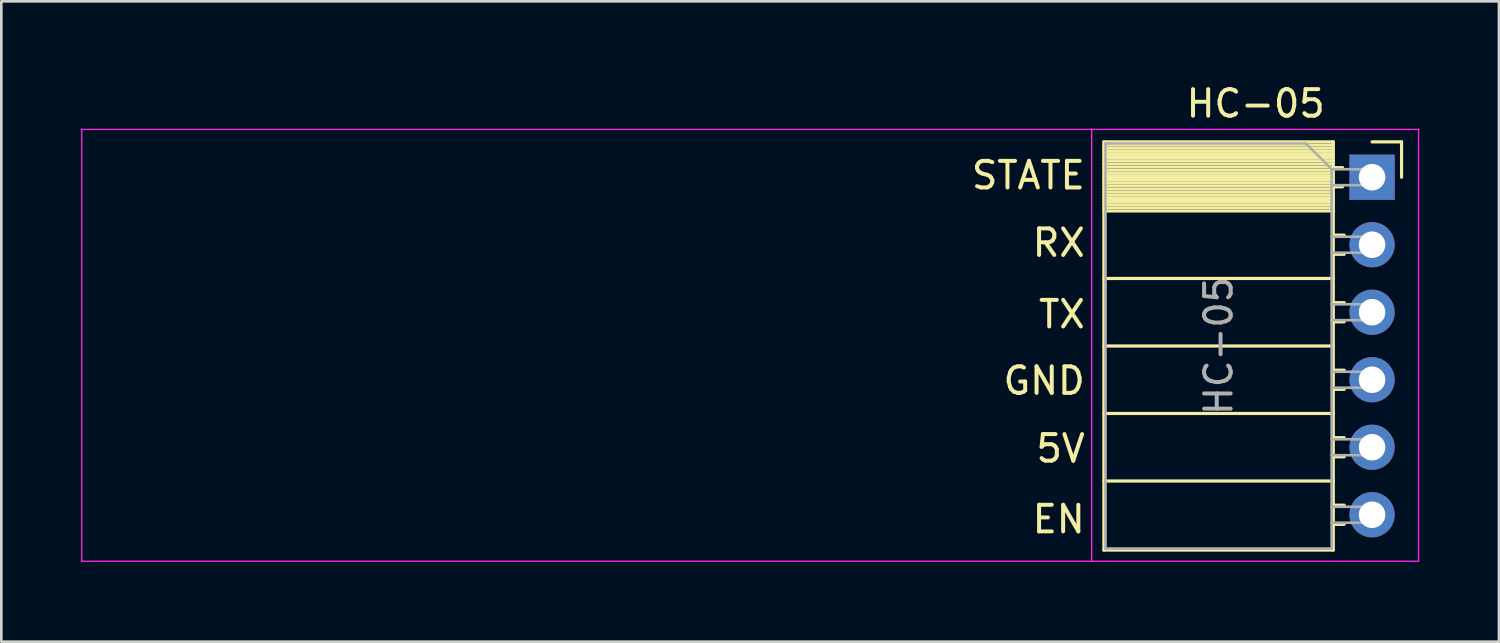
<source format=kicad_pcb>
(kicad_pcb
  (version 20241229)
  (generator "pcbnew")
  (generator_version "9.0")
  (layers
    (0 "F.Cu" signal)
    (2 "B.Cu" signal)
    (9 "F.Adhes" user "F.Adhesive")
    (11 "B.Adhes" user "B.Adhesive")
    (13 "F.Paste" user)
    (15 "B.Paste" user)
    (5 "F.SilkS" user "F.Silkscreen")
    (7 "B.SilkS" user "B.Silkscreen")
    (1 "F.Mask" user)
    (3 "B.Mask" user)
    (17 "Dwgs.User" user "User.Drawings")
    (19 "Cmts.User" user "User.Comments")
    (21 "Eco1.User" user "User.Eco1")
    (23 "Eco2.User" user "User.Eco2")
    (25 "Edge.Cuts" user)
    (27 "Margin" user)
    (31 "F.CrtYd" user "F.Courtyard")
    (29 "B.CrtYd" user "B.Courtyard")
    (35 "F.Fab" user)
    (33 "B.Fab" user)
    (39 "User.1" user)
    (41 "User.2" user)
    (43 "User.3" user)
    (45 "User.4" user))
  (footprint "HC-05"
    (layer "F.Cu")
    (at 48.575 3.618)
    (property "Reference" "HC-05" (at -4.38 -2.77 0) (layer "F.SilkS") (effects (font (size 1 1) (thickness 0.15))))
    (attr through_hole)
    (fp_line (start -10.09 -1.33) (end -10.09 14.03) (stroke (width 0.12) (type solid)) (layer "F.SilkS"))
    (fp_line (start -10.09 -1.33) (end -1.46 -1.33) (stroke (width 0.12) (type solid)) (layer "F.SilkS"))
    (fp_line (start -10.09 -1.21) (end -1.46 -1.21) (stroke (width 0.12) (type solid)) (layer "F.SilkS"))
    (fp_line (start -10.09 -1.092) (end -1.46 -1.092) (stroke (width 0.12) (type solid)) (layer "F.SilkS"))
    (fp_line (start -10.09 -0.974) (end -1.46 -0.974) (stroke (width 0.12) (type solid)) (layer "F.SilkS"))
    (fp_line (start -10.09 -0.856) (end -1.46 -0.856) (stroke (width 0.12) (type solid)) (layer "F.SilkS"))
    (fp_line (start -10.09 -0.738) (end -1.46 -0.738) (stroke (width 0.12) (type solid)) (layer "F.SilkS"))
    (fp_line (start -10.09 -0.62) (end -1.46 -0.62) (stroke (width 0.12) (type solid)) (layer "F.SilkS"))
    (fp_line (start -10.09 -0.501) (end -1.46 -0.501) (stroke (width 0.12) (type solid)) (layer "F.SilkS"))
    (fp_line (start -10.09 -0.383) (end -1.46 -0.383) (stroke (width 0.12) (type solid)) (layer "F.SilkS"))
    (fp_line (start -10.09 -0.265) (end -1.46 -0.265) (stroke (width 0.12) (type solid)) (layer "F.SilkS"))
    (fp_line (start -10.09 -0.147) (end -1.46 -0.147) (stroke (width 0.12) (type solid)) (layer "F.SilkS"))
    (fp_line (start -10.09 -0.029) (end -1.46 -0.029) (stroke (width 0.12) (type solid)) (layer "F.SilkS"))
    (fp_line (start -10.09 0.089) (end -1.46 0.089) (stroke (width 0.12) (type solid)) (layer "F.SilkS"))
    (fp_line (start -10.09 0.207) (end -1.46 0.207) (stroke (width 0.12) (type solid)) (layer "F.SilkS"))
    (fp_line (start -10.09 0.325) (end -1.46 0.325) (stroke (width 0.12) (type solid)) (layer "F.SilkS"))
    (fp_line (start -10.09 0.443) (end -1.46 0.443) (stroke (width 0.12) (type solid)) (layer "F.SilkS"))
    (fp_line (start -10.09 0.561) (end -1.46 0.561) (stroke (width 0.12) (type solid)) (layer "F.SilkS"))
    (fp_line (start -10.09 0.68) (end -1.46 0.68) (stroke (width 0.12) (type solid)) (layer "F.SilkS"))
    (fp_line (start -10.09 0.798) (end -1.46 0.798) (stroke (width 0.12) (type solid)) (layer "F.SilkS"))
    (fp_line (start -10.09 0.916) (end -1.46 0.916) (stroke (width 0.12) (type solid)) (layer "F.SilkS"))
    (fp_line (start -10.09 1.034) (end -1.46 1.034) (stroke (width 0.12) (type solid)) (layer "F.SilkS"))
    (fp_line (start -10.09 1.152) (end -1.46 1.152) (stroke (width 0.12) (type solid)) (layer "F.SilkS"))
    (fp_line (start -10.09 1.27) (end -1.46 1.27) (stroke (width 0.12) (type solid)) (layer "F.SilkS"))
    (fp_line (start -10.09 3.81) (end -1.46 3.81) (stroke (width 0.12) (type solid)) (layer "F.SilkS"))
    (fp_line (start -10.09 6.35) (end -1.46 6.35) (stroke (width 0.12) (type solid)) (layer "F.SilkS"))
    (fp_line (start -10.09 8.89) (end -1.46 8.89) (stroke (width 0.12) (type solid)) (layer "F.SilkS"))
    (fp_line (start -10.09 11.43) (end -1.46 11.43) (stroke (width 0.12) (type solid)) (layer "F.SilkS"))
    (fp_line (start -10.09 14.03) (end -1.46 14.03) (stroke (width 0.12) (type solid)) (layer "F.SilkS"))
    (fp_line (start -1.46 -1.33) (end -1.46 14.03) (stroke (width 0.12) (type solid)) (layer "F.SilkS"))
    (fp_line (start -1.46 -0.36) (end -1.11 -0.36) (stroke (width 0.12) (type solid)) (layer "F.SilkS"))
    (fp_line (start -1.46 0.36) (end -1.11 0.36) (stroke (width 0.12) (type solid)) (layer "F.SilkS"))
    (fp_line (start -1.46 2.18) (end -1.05 2.18) (stroke (width 0.12) (type solid)) (layer "F.SilkS"))
    (fp_line (start -1.46 2.9) (end -1.05 2.9) (stroke (width 0.12) (type solid)) (layer "F.SilkS"))
    (fp_line (start -1.46 4.72) (end -1.05 4.72) (stroke (width 0.12) (type solid)) (layer "F.SilkS"))
    (fp_line (start -1.46 5.44) (end -1.05 5.44) (stroke (width 0.12) (type solid)) (layer "F.SilkS"))
    (fp_line (start -1.46 7.26) (end -1.05 7.26) (stroke (width 0.12) (type solid)) (layer "F.SilkS"))
    (fp_line (start -1.46 7.98) (end -1.05 7.98) (stroke (width 0.12) (type solid)) (layer "F.SilkS"))
    (fp_line (start -1.46 9.8) (end -1.05 9.8) (stroke (width 0.12) (type solid)) (layer "F.SilkS"))
    (fp_line (start -1.46 10.52) (end -1.05 10.52) (stroke (width 0.12) (type solid)) (layer "F.SilkS"))
    (fp_line (start -1.46 12.34) (end -1.05 12.34) (stroke (width 0.12) (type solid)) (layer "F.SilkS"))
    (fp_line (start -1.46 13.06) (end -1.05 13.06) (stroke (width 0.12) (type solid)) (layer "F.SilkS"))
    (fp_line (start 0 -1.33) (end 1.11 -1.33) (stroke (width 0.12) (type solid)) (layer "F.SilkS"))
    (fp_line (start 1.11 -1.33) (end 1.11 0) (stroke (width 0.12) (type solid)) (layer "F.SilkS"))
    (fp_line (start -48.55 14.45) (end -48.55 -1.8) (stroke (width 0.05) (type solid)) (layer "F.CrtYd"))
    (fp_line (start -10.55 -1.8) (end -48.55 -1.8) (stroke (width 0.05) (type solid)) (layer "F.CrtYd"))
    (fp_line (start -10.55 -1.8) (end -10.55 14.45) (stroke (width 0.05) (type solid)) (layer "F.CrtYd"))
    (fp_line (start -10.55 14.45) (end -48.55 14.45) (stroke (width 0.05) (type solid)) (layer "F.CrtYd"))
    (fp_line (start -10.55 14.45) (end 1.75 14.45) (stroke (width 0.05) (type solid)) (layer "F.CrtYd"))
    (fp_line (start 1.75 -1.8) (end -10.55 -1.8) (stroke (width 0.05) (type solid)) (layer "F.CrtYd"))
    (fp_line (start 1.75 14.45) (end 1.75 -1.8) (stroke (width 0.05) (type solid)) (layer "F.CrtYd"))
    (fp_line (start -10.03 -1.27) (end -2.49 -1.27) (stroke (width 0.1) (type solid)) (layer "F.Fab"))
    (fp_line (start -10.03 13.97) (end -10.03 -1.27) (stroke (width 0.1) (type solid)) (layer "F.Fab"))
    (fp_line (start -2.49 -1.27) (end -1.52 -0.3) (stroke (width 0.1) (type solid)) (layer "F.Fab"))
    (fp_line (start -1.52 -0.3) (end -1.52 13.97) (stroke (width 0.1) (type solid)) (layer "F.Fab"))
    (fp_line (start -1.52 0.3) (end 0 0.3) (stroke (width 0.1) (type solid)) (layer "F.Fab"))
    (fp_line (start -1.52 2.84) (end 0 2.84) (stroke (width 0.1) (type solid)) (layer "F.Fab"))
    (fp_line (start -1.52 5.38) (end 0 5.38) (stroke (width 0.1) (type solid)) (layer "F.Fab"))
    (fp_line (start -1.52 7.92) (end 0 7.92) (stroke (width 0.1) (type solid)) (layer "F.Fab"))
    (fp_line (start -1.52 10.46) (end 0 10.46) (stroke (width 0.1) (type solid)) (layer "F.Fab"))
    (fp_line (start -1.52 13) (end 0 13) (stroke (width 0.1) (type solid)) (layer "F.Fab"))
    (fp_line (start -1.52 13.97) (end -10.03 13.97) (stroke (width 0.1) (type solid)) (layer "F.Fab"))
    (fp_line (start 0 -0.3) (end -1.52 -0.3) (stroke (width 0.1) (type solid)) (layer "F.Fab"))
    (fp_line (start 0 0.3) (end 0 -0.3) (stroke (width 0.1) (type solid)) (layer "F.Fab"))
    (fp_line (start 0 2.24) (end -1.52 2.24) (stroke (width 0.1) (type solid)) (layer "F.Fab"))
    (fp_line (start 0 2.84) (end 0 2.24) (stroke (width 0.1) (type solid)) (layer "F.Fab"))
    (fp_line (start 0 4.78) (end -1.52 4.78) (stroke (width 0.1) (type solid)) (layer "F.Fab"))
    (fp_line (start 0 5.38) (end 0 4.78) (stroke (width 0.1) (type solid)) (layer "F.Fab"))
    (fp_line (start 0 7.32) (end -1.52 7.32) (stroke (width 0.1) (type solid)) (layer "F.Fab"))
    (fp_line (start 0 7.92) (end 0 7.32) (stroke (width 0.1) (type solid)) (layer "F.Fab"))
    (fp_line (start 0 9.86) (end -1.52 9.86) (stroke (width 0.1) (type solid)) (layer "F.Fab"))
    (fp_line (start 0 10.46) (end 0 9.86) (stroke (width 0.1) (type solid)) (layer "F.Fab"))
    (fp_line (start 0 12.4) (end -1.52 12.4) (stroke (width 0.1) (type solid)) (layer "F.Fab"))
    (fp_line (start 0 13) (end 0 12.4) (stroke (width 0.1) (type solid)) (layer "F.Fab"))
    (fp_text user "TX" (at -11.671 5.16 0) (layer "F.SilkS") (effects (font (size 1 1) (thickness 0.15))))
    (fp_text user "RX" (at -11.79 2.47 0) (layer "F.SilkS") (effects (font (size 1 1) (thickness 0.15))))
    (fp_text user "STATE" (at -12.933 -0.07 0) (layer "F.SilkS") (effects (font (size 1 1) (thickness 0.15))))
    (fp_text user "EN" (at -11.79 12.87 0) (layer "F.SilkS") (effects (font (size 1 1) (thickness 0.15))))
    (fp_text user "GND" (at -12.338 7.66 0) (layer "F.SilkS") (effects (font (size 1 1) (thickness 0.15))))
    (fp_text user "5V" (at -11.719 10.21 0) (layer "F.SilkS") (effects (font (size 1 1) (thickness 0.15))))
    (fp_text user "${REFERENCE}" (at -5.775 6.35 90) (layer "F.Fab") (effects (font (size 1 1) (thickness 0.15))))
    (pad "1" thru_hole rect (at 0 0) (size 1.7 1.7) (drill 1) (layers "*.Cu" "*.Mask"))
    (pad "2" thru_hole oval (at 0 2.54) (size 1.7 1.7) (drill 1) (layers "*.Cu" "*.Mask"))
    (pad "3" thru_hole oval (at 0 5.08) (size 1.7 1.7) (drill 1) (layers "*.Cu" "*.Mask"))
    (pad "4" thru_hole oval (at 0 7.62) (size 1.7 1.7) (drill 1) (layers "*.Cu" "*.Mask"))
    (pad "5" thru_hole oval (at 0 10.16) (size 1.7 1.7) (drill 1) (layers "*.Cu" "*.Mask"))
    (pad "6" thru_hole oval (at 0 12.7) (size 1.7 1.7) (drill 1) (layers "*.Cu" "*.Mask")))
  (gr_rect
    (start -3 -3)
    (end 53.35 21.093)
    (stroke (width 0.1) (type default))
    (fill no)
    (layer "Edge.Cuts")))
</source>
